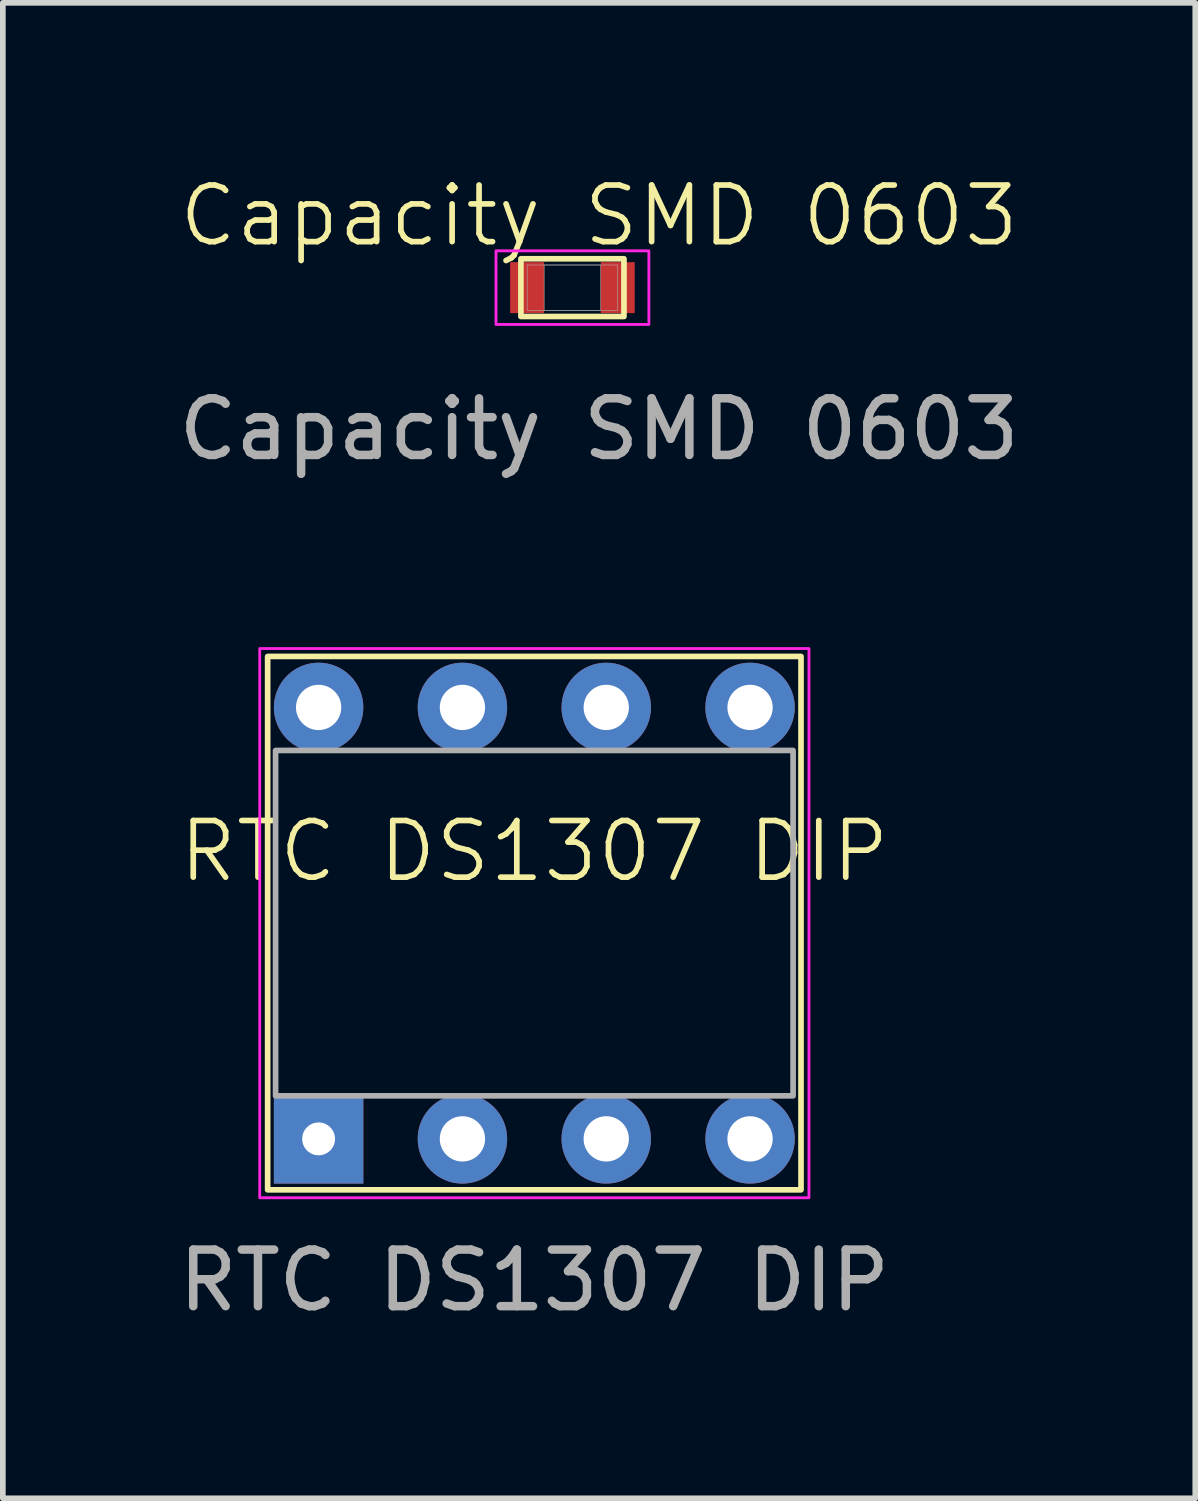
<source format=kicad_pcb>
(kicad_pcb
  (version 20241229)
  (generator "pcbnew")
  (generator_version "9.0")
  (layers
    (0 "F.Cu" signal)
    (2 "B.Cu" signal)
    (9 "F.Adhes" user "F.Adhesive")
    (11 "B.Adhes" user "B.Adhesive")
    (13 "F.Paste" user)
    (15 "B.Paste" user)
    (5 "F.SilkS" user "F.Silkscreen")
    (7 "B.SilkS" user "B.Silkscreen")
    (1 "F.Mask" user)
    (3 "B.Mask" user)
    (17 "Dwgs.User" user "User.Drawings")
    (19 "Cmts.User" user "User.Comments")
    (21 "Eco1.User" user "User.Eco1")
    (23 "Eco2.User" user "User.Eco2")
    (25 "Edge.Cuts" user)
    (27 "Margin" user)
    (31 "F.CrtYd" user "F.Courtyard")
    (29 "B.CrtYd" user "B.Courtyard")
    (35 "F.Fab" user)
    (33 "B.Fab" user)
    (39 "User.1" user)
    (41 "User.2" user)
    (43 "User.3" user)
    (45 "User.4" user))
  (footprint "Capacity SMD 0603"
    (layer "F.Cu")
    (at 6.26 2.03)
    (property "Reference" "Capacity SMD 0603" (at 1.27 -1.27 0) (unlocked yes) (layer "F.SilkS") (effects (font (size 1 1) (thickness 0.1))))
    (attr smd)
    (fp_rect (start -0.11 -0.51) (end 1.71 0.51) (stroke (width 0.1) (type solid)) (fill no) (layer "F.SilkS"))
    (fp_rect (start -0.55 -0.65) (end 2.15 0.65) (stroke (width 0.05) (type solid)) (fill no) (layer "F.CrtYd"))
    (fp_rect (start 0 -0.4) (end 1.6 0.4) (stroke (width 0.01) (type solid)) (fill no) (layer "F.Fab"))
    (fp_rect (start 0.3 -0.4) (end 1.3 0.4) (stroke (width 0.01) (type solid)) (fill no) (layer "F.Fab"))
    (fp_text user "${REFERENCE}" (at 1.27 2.5 0) (unlocked yes) (layer "F.Fab") (effects (font (size 1 1) (thickness 0.15))))
    (pad "GND" smd rect (at 1.6 0) (size 0.6 0.9) (layers "F.Cu" "F.Mask" "F.Paste"))
    (pad "VCC" smd rect (at 0 0) (size 0.6 0.9) (layers "F.Cu" "F.Mask" "F.Paste")))
  (footprint "RTC DS1307 DIP"
    (layer "F.Cu")
    (at 2.577 17.064)
    (property "Reference" "RTC DS1307 DIP" (at 3.81 -5.08 0) (unlocked yes) (layer "F.SilkS") (effects (font (size 1 1) (thickness 0.1))))
    (attr through_hole)
    (fp_rect (start -0.9 -8.52) (end 8.52 0.9) (stroke (width 0.1) (type default)) (fill no) (layer "F.SilkS"))
    (fp_rect (start -1.04 -8.66) (end 8.66 1.04) (stroke (width 0.05) (type solid)) (fill no) (layer "F.CrtYd"))
    (fp_rect (start -0.76 -6.86) (end 8.38 -0.76) (stroke (width 0.1) (type solid)) (fill no) (layer "F.Fab"))
    (fp_text user "${REFERENCE}" (at 3.81 2.5 0) (unlocked yes) (layer "F.Fab") (effects (font (size 1 1) (thickness 0.15))))
    (pad "GND" thru_hole circle (at 7.62 0) (size 1.58 1.58) (drill 0.8) (layers "*.Cu" "*.Mask"))
    (pad "SCL" thru_hole circle (at 5.08 -7.62) (size 1.58 1.58) (drill 0.8) (layers "*.Cu" "*.Mask"))
    (pad "SDA" thru_hole circle (at 7.62 -7.62) (size 1.58 1.58) (drill 0.8) (layers "*.Cu" "*.Mask"))
    (pad "SQW/OUT" thru_hole circle (at 2.54 -7.62) (size 1.58 1.58) (drill 0.8) (layers "*.Cu" "*.Mask"))
    (pad "Vbat" thru_hole circle (at 5.08 0) (size 1.58 1.58) (drill 0.8) (layers "*.Cu" "*.Mask"))
    (pad "Vin" thru_hole circle (at 0 -7.62) (size 1.58 1.58) (drill 0.8) (layers "*.Cu" "*.Mask"))
    (pad "X1" thru_hole rect (at 0 0) (size 1.58 1.58) (drill 0.58) (layers "*.Cu" "*.Mask"))
    (pad "X2" thru_hole circle (at 2.54 0) (size 1.58 1.58) (drill 0.8) (layers "*.Cu" "*.Mask")))
  (gr_rect
    (start -3 -3)
    (end 18.06 23.412)
    (stroke (width 0.1) (type default))
    (fill no)
    (layer "Edge.Cuts")))
</source>
